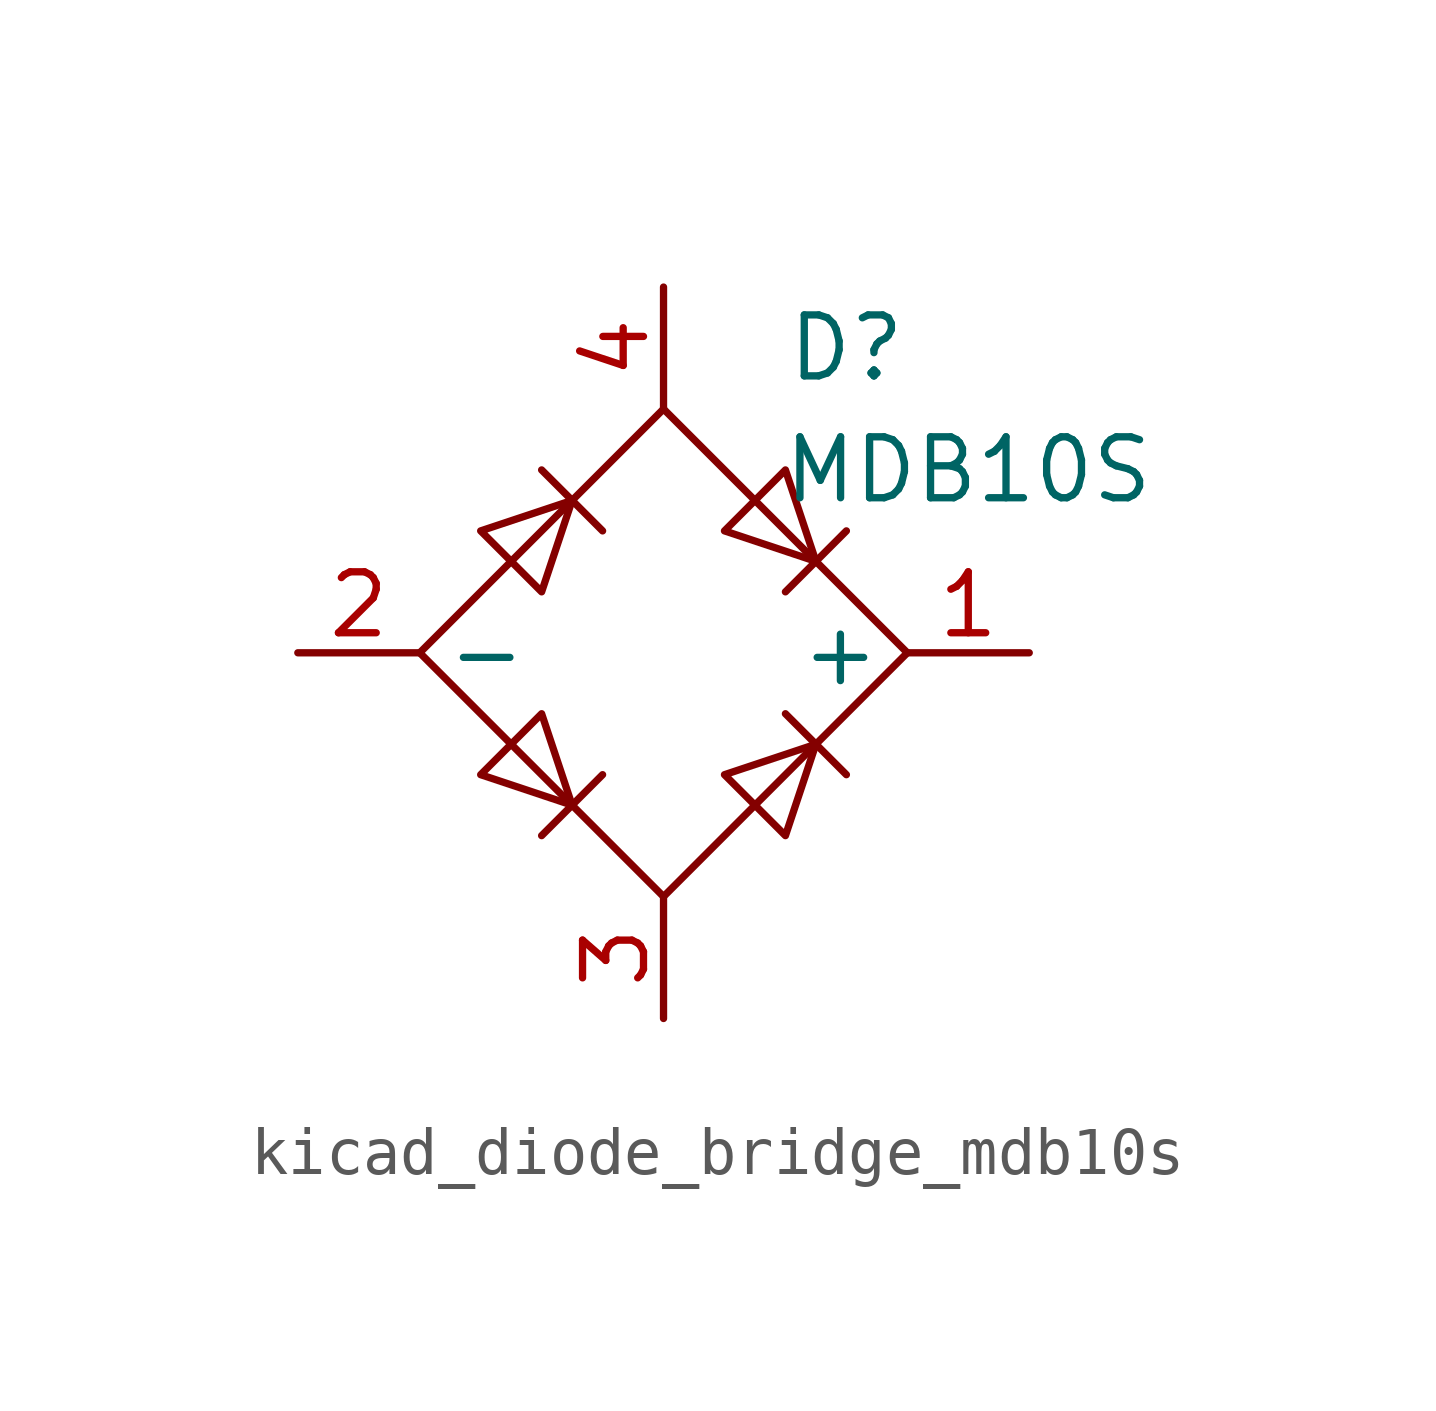
<source format=kicad_sym>
(kicad_symbol_lib
  (version 20220914)
  (generator kicad_symbol_editor)
  (symbol "kicad_diode_bridge_mdb10s"
    (property "Reference" "D"
      (at 3.81 6.35 0)
      (effects (font (size 1.27 1.27))))
    (property "Value" "MDB10S"
      (at 6.35 3.81 0)
      (effects (font (size 1.27 1.27))))
    (symbol "kicad_diode_bridge_mdb10s_1_1"
      (polyline (pts (xy -2.54 3.81) (xy -1.27 2.54)) (stroke (width 0) (type default)) (fill (type none)))
      (polyline (pts (xy -1.27 -2.54) (xy -2.54 -3.81)) (stroke (width 0) (type default)) (fill (type none)))
      (polyline (pts (xy 2.54 -1.27) (xy 3.81 -2.54)) (stroke (width 0) (type default)) (fill (type none)))
      (polyline (pts (xy 2.54 1.27) (xy 3.81 2.54)) (stroke (width 0) (type default)) (fill (type none)))
      (polyline (pts (xy -3.81 2.54) (xy -2.54 1.27) (xy -1.905 3.175) (xy -3.81 2.54)) (stroke (width 0) (type default)) (fill (type none)))
      (polyline (pts (xy -2.54 -1.27) (xy -3.81 -2.54) (xy -1.905 -3.175) (xy -2.54 -1.27)) (stroke (width 0) (type default)) (fill (type none)))
      (polyline (pts (xy 1.27 2.54) (xy 2.54 3.81) (xy 3.175 1.905) (xy 1.27 2.54)) (stroke (width 0) (type default)) (fill (type none)))
      (polyline (pts (xy 3.175 -1.905) (xy 1.27 -2.54) (xy 2.54 -3.81) (xy 3.175 -1.905)) (stroke (width 0) (type default)) (fill (type none)))
      (polyline (pts (xy -5.08 0) (xy 0 -5.08) (xy 5.08 0) (xy 0 5.08) (xy -5.08 0)) (stroke (width 0) (type default)) (fill (type none)))
      (pin passive line (at 7.62 0 180) (length 2.54) (name "+" (effects (font (size 1.27 1.27)))) (number "1" (effects (font (size 1.27 1.27)))))
      (pin passive line (at -7.62 0 0) (length 2.54) (name "-" (effects (font (size 1.27 1.27)))) (number "2" (effects (font (size 1.27 1.27)))))
      (pin passive line (at 0 -7.62 90) (length 2.54) (name "~" (effects (font (size 1.27 1.27)))) (number "3" (effects (font (size 1.27 1.27)))))
      (pin passive line (at 0 7.62 270) (length 2.54) (name "~" (effects (font (size 1.27 1.27)))) (number "4" (effects (font (size 1.27 1.27))))))))
</source>
